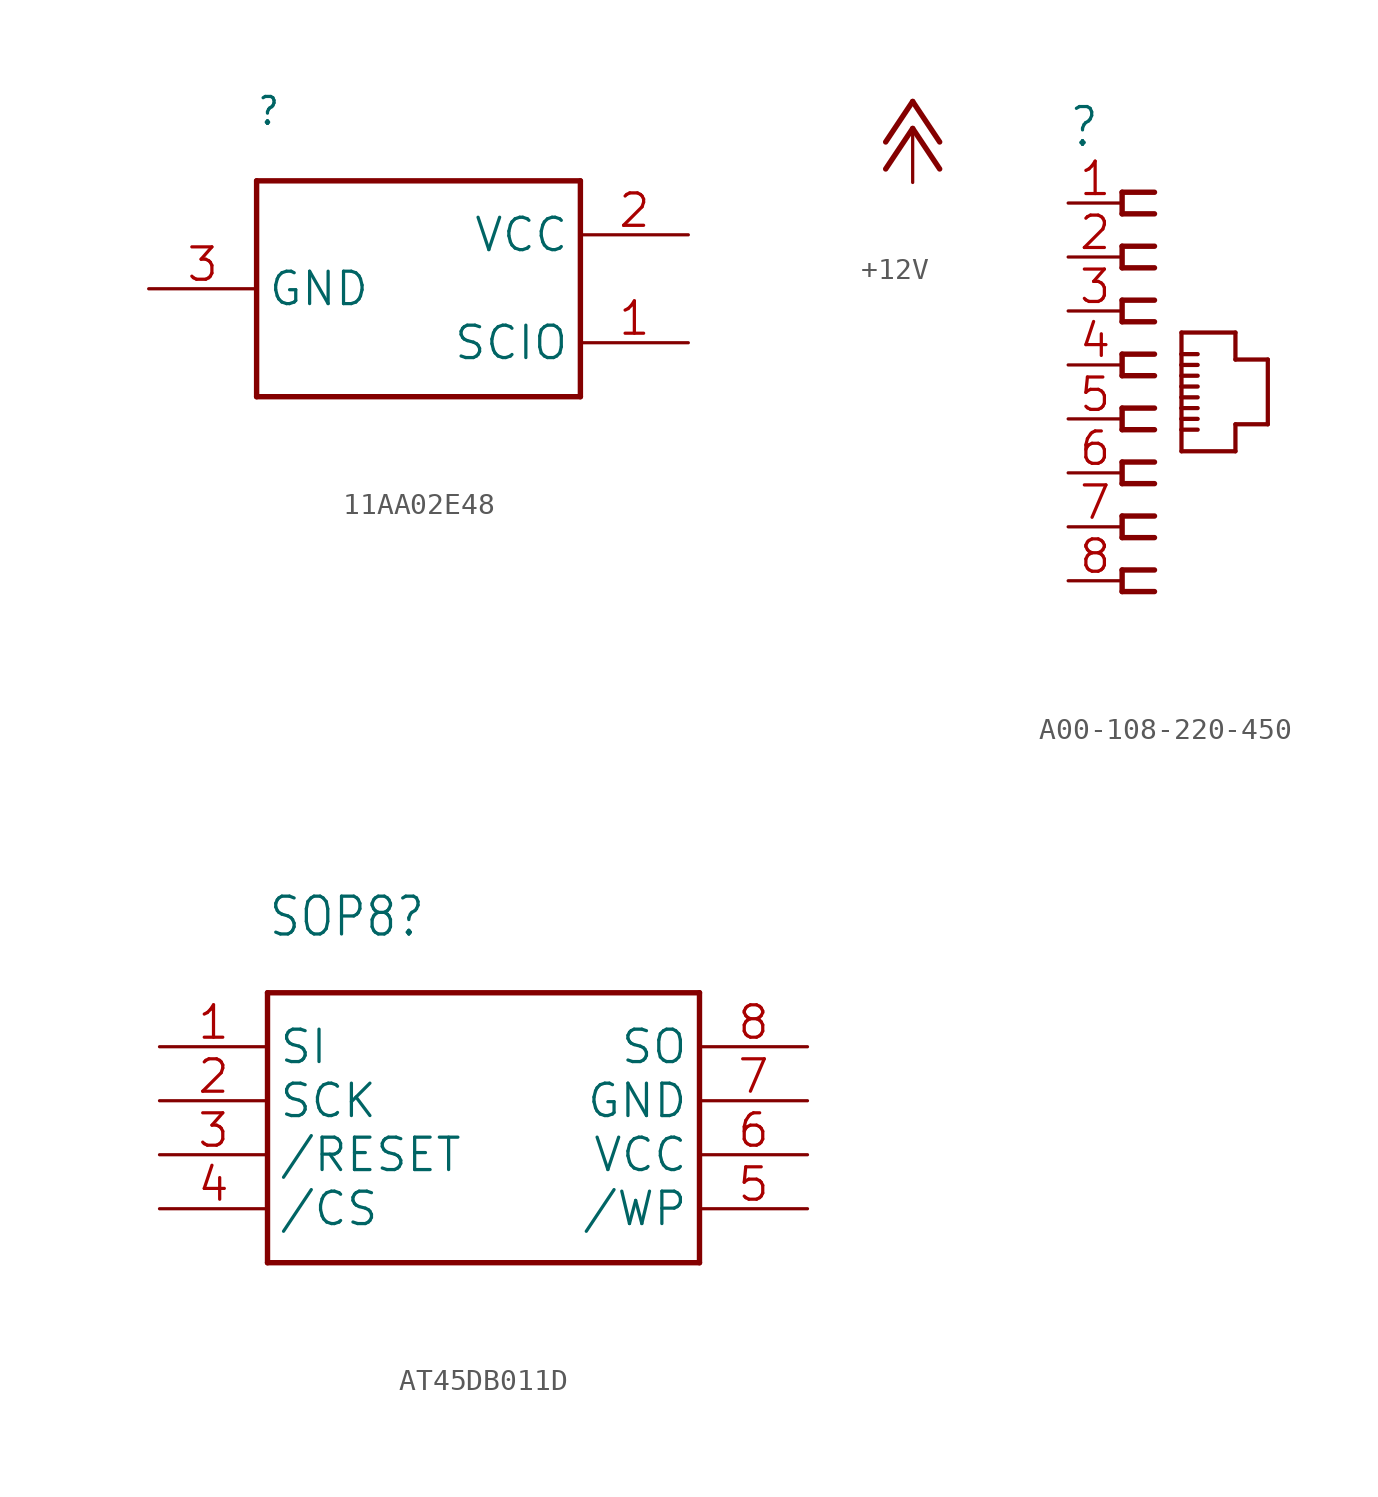
<source format=kicad_sym>
(kicad_symbol_lib
  (version 20241209)
  (generator "kicad_symbol_editor")
  (generator_version "9.0")
  (symbol "11AA02E48"
    (property "Reference" ""
      (at -7.62 7.62 0)
      (effects (font (size 1.27 1.079)) (justify left bottom)))
    (property "Value" ""
      (at -7.62 -7.62 0)
      (effects (font (size 1.27 1.079)) (justify left bottom)))
    (property "ki_locked" ""
      (at 0 0 0)
      (effects (font (size 1.27 1.27))))
    (symbol "11AA02E48_1_0"
      (polyline (pts (xy -7.62 5.08) (xy -7.62 -5.08)) (stroke (width 0.254) (type solid)) (fill (type none)))
      (polyline (pts (xy -7.62 -5.08) (xy 7.62 -5.08)) (stroke (width 0.254) (type solid)) (fill (type none)))
      (polyline (pts (xy 7.62 5.08) (xy -7.62 5.08)) (stroke (width 0.254) (type solid)) (fill (type none)))
      (polyline (pts (xy 7.62 -5.08) (xy 7.62 5.08)) (stroke (width 0.254) (type solid)) (fill (type none)))
      (pin power_in line (at -12.7 0 0) (length 5.08) (name "GND" (effects (font (size 1.524 1.524)))) (number "3" (effects (font (size 1.524 1.524)))))
      (pin power_in line (at 12.7 2.54 180) (length 5.08) (name "VCC" (effects (font (size 1.524 1.524)))) (number "2" (effects (font (size 1.524 1.524)))))
      (pin bidirectional line (at 12.7 -2.54 180) (length 5.08) (name "SCIO" (effects (font (size 1.524 1.524)))) (number "1" (effects (font (size 1.524 1.524)))))))
  (symbol "+12V"
    (power)
    (property "Reference" "#P+"
      (at 0 0 0)
      (effects (font (size 1.27 1.27)) (hide yes)))
    (property "Value" ""
      (at -2.54 -5.08 90)
      (effects (font (size 1.778 1.511)) (justify left bottom)))
    (property "ki_locked" ""
      (at 0 0 0)
      (effects (font (size 1.27 1.27))))
    (symbol "+12V_1_0"
      (polyline (pts (xy 0 1.27) (xy -1.27 -0.635)) (stroke (width 0.254) (type solid)) (fill (type none)))
      (polyline (pts (xy 0 0) (xy -1.27 -1.905)) (stroke (width 0.254) (type solid)) (fill (type none)))
      (polyline (pts (xy 1.27 -0.635) (xy 0 1.27)) (stroke (width 0.254) (type solid)) (fill (type none)))
      (polyline (pts (xy 1.27 -1.905) (xy 0 0)) (stroke (width 0.254) (type solid)) (fill (type none)))
      (pin power_in line (at 0 -2.54 90) (length 2.54) (name "+12V" (effects (font (size 0 0)))) (number "1" (effects (font (size 0 0)))))))
  (symbol "A00-108-220-450"
    (property "Reference" ""
      (at 0 10.16 0)
      (effects (font (size 1.778 1.511)) (justify left bottom)))
    (property "Value" ""
      (at 0 -13.716 0)
      (effects (font (size 1.778 1.511)) (justify left bottom)))
    (property "ki_locked" ""
      (at 0 0 0)
      (effects (font (size 1.27 1.27))))
    (symbol "A00-108-220-450_1_0"
      (polyline (pts (xy 2.54 8.128) (xy 2.54 7.112)) (stroke (width 0.254) (type solid)) (fill (type none)))
      (polyline (pts (xy 2.54 7.112) (xy 4.064 7.112)) (stroke (width 0.254) (type solid)) (fill (type none)))
      (polyline (pts (xy 2.54 5.588) (xy 2.54 4.572)) (stroke (width 0.254) (type solid)) (fill (type none)))
      (polyline (pts (xy 2.54 4.572) (xy 4.064 4.572)) (stroke (width 0.254) (type solid)) (fill (type none)))
      (polyline (pts (xy 2.54 3.048) (xy 2.54 2.032)) (stroke (width 0.254) (type solid)) (fill (type none)))
      (polyline (pts (xy 2.54 2.032) (xy 4.064 2.032)) (stroke (width 0.254) (type solid)) (fill (type none)))
      (polyline (pts (xy 2.54 0.508) (xy 2.54 -0.508)) (stroke (width 0.254) (type solid)) (fill (type none)))
      (polyline (pts (xy 2.54 -0.508) (xy 4.064 -0.508)) (stroke (width 0.254) (type solid)) (fill (type none)))
      (polyline (pts (xy 2.54 -2.032) (xy 2.54 -3.048)) (stroke (width 0.254) (type solid)) (fill (type none)))
      (polyline (pts (xy 2.54 -3.048) (xy 4.064 -3.048)) (stroke (width 0.254) (type solid)) (fill (type none)))
      (polyline (pts (xy 2.54 -4.572) (xy 2.54 -5.588)) (stroke (width 0.254) (type solid)) (fill (type none)))
      (polyline (pts (xy 2.54 -5.588) (xy 4.064 -5.588)) (stroke (width 0.254) (type solid)) (fill (type none)))
      (polyline (pts (xy 2.54 -7.112) (xy 2.54 -8.128)) (stroke (width 0.254) (type solid)) (fill (type none)))
      (polyline (pts (xy 2.54 -8.128) (xy 4.064 -8.128)) (stroke (width 0.254) (type solid)) (fill (type none)))
      (polyline (pts (xy 2.54 -9.652) (xy 2.54 -10.668)) (stroke (width 0.254) (type solid)) (fill (type none)))
      (polyline (pts (xy 2.54 -10.668) (xy 4.064 -10.668)) (stroke (width 0.254) (type solid)) (fill (type none)))
      (polyline (pts (xy 4.064 8.128) (xy 2.54 8.128)) (stroke (width 0.254) (type solid)) (fill (type none)))
      (polyline (pts (xy 4.064 5.588) (xy 2.54 5.588)) (stroke (width 0.254) (type solid)) (fill (type none)))
      (polyline (pts (xy 4.064 3.048) (xy 2.54 3.048)) (stroke (width 0.254) (type solid)) (fill (type none)))
      (polyline (pts (xy 4.064 0.508) (xy 2.54 0.508)) (stroke (width 0.254) (type solid)) (fill (type none)))
      (polyline (pts (xy 4.064 -2.032) (xy 2.54 -2.032)) (stroke (width 0.254) (type solid)) (fill (type none)))
      (polyline (pts (xy 4.064 -4.572) (xy 2.54 -4.572)) (stroke (width 0.254) (type solid)) (fill (type none)))
      (polyline (pts (xy 4.064 -7.112) (xy 2.54 -7.112)) (stroke (width 0.254) (type solid)) (fill (type none)))
      (polyline (pts (xy 4.064 -9.652) (xy 2.54 -9.652)) (stroke (width 0.254) (type solid)) (fill (type none)))
      (polyline (pts (xy 5.334 1.524) (xy 5.334 0.508)) (stroke (width 0.2) (type solid)) (fill (type none)))
      (polyline (pts (xy 5.334 0.508) (xy 5.334 0)) (stroke (width 0.2) (type solid)) (fill (type none)))
      (polyline (pts (xy 5.334 0.508) (xy 6.096 0.508)) (stroke (width 0.2) (type solid)) (fill (type none)))
      (polyline (pts (xy 5.334 0) (xy 5.334 -0.508)) (stroke (width 0.2) (type solid)) (fill (type none)))
      (polyline (pts (xy 5.334 0) (xy 6.096 0)) (stroke (width 0.2) (type solid)) (fill (type none)))
      (polyline (pts (xy 5.334 -0.508) (xy 5.334 -1.016)) (stroke (width 0.2) (type solid)) (fill (type none)))
      (polyline (pts (xy 5.334 -0.508) (xy 6.096 -0.508)) (stroke (width 0.2) (type solid)) (fill (type none)))
      (polyline (pts (xy 5.334 -1.016) (xy 5.334 -1.524)) (stroke (width 0.2) (type solid)) (fill (type none)))
      (polyline (pts (xy 5.334 -1.016) (xy 6.096 -1.016)) (stroke (width 0.2) (type solid)) (fill (type none)))
      (polyline (pts (xy 5.334 -1.524) (xy 5.334 -2.032)) (stroke (width 0.2) (type solid)) (fill (type none)))
      (polyline (pts (xy 5.334 -1.524) (xy 6.096 -1.524)) (stroke (width 0.2) (type solid)) (fill (type none)))
      (polyline (pts (xy 5.334 -2.032) (xy 5.334 -2.54)) (stroke (width 0.2) (type solid)) (fill (type none)))
      (polyline (pts (xy 5.334 -2.032) (xy 6.096 -2.032)) (stroke (width 0.2) (type solid)) (fill (type none)))
      (polyline (pts (xy 5.334 -2.54) (xy 5.334 -3.048)) (stroke (width 0.2) (type solid)) (fill (type none)))
      (polyline (pts (xy 5.334 -2.54) (xy 6.096 -2.54)) (stroke (width 0.2) (type solid)) (fill (type none)))
      (polyline (pts (xy 5.334 -3.048) (xy 5.334 -4.064)) (stroke (width 0.2) (type solid)) (fill (type none)))
      (polyline (pts (xy 5.334 -3.048) (xy 6.096 -3.048)) (stroke (width 0.2) (type solid)) (fill (type none)))
      (polyline (pts (xy 5.334 -4.064) (xy 7.874 -4.064)) (stroke (width 0.2) (type solid)) (fill (type none)))
      (polyline (pts (xy 7.874 1.524) (xy 5.334 1.524)) (stroke (width 0.2) (type solid)) (fill (type none)))
      (polyline (pts (xy 7.874 0.254) (xy 7.874 1.524)) (stroke (width 0.2) (type solid)) (fill (type none)))
      (polyline (pts (xy 7.874 -2.794) (xy 9.398 -2.794)) (stroke (width 0.2) (type solid)) (fill (type none)))
      (polyline (pts (xy 7.874 -4.064) (xy 7.874 -2.794)) (stroke (width 0.2) (type solid)) (fill (type none)))
      (polyline (pts (xy 9.398 0.254) (xy 7.874 0.254)) (stroke (width 0.2) (type solid)) (fill (type none)))
      (polyline (pts (xy 9.398 -2.794) (xy 9.398 0.254)) (stroke (width 0.2) (type solid)) (fill (type none)))
      (pin passive line (at 0 7.62 0) (length 2.54) (name "1" (effects (font (size 0 0)))) (number "1" (effects (font (size 1.524 1.524)))))
      (pin passive line (at 0 5.08 0) (length 2.54) (name "2" (effects (font (size 0 0)))) (number "2" (effects (font (size 1.524 1.524)))))
      (pin passive line (at 0 2.54 0) (length 2.54) (name "3" (effects (font (size 0 0)))) (number "3" (effects (font (size 1.524 1.524)))))
      (pin passive line (at 0 0 0) (length 2.54) (name "4" (effects (font (size 0 0)))) (number "4" (effects (font (size 1.524 1.524)))))
      (pin passive line (at 0 -2.54 0) (length 2.54) (name "5" (effects (font (size 0 0)))) (number "5" (effects (font (size 1.524 1.524)))))
      (pin passive line (at 0 -5.08 0) (length 2.54) (name "6" (effects (font (size 0 0)))) (number "6" (effects (font (size 1.524 1.524)))))
      (pin passive line (at 0 -7.62 0) (length 2.54) (name "7" (effects (font (size 0 0)))) (number "7" (effects (font (size 1.524 1.524)))))
      (pin passive line (at 0 -10.16 0) (length 2.54) (name "8" (effects (font (size 0 0)))) (number "8" (effects (font (size 1.524 1.524)))))))
  (symbol "AT45DB011D"
    (property "Reference" "SOP8"
      (at -10.16 7.62 0)
      (effects (font (size 1.778 1.511)) (justify left bottom)))
    (property "Value" ""
      (at -10.16 -10.16 0)
      (effects (font (size 1.778 1.511)) (justify left bottom)))
    (property "ki_locked" ""
      (at 0 0 0)
      (effects (font (size 1.27 1.27))))
    (symbol "AT45DB011D_1_0"
      (polyline (pts (xy -10.16 5.08) (xy -10.16 -7.62)) (stroke (width 0.254) (type solid)) (fill (type none)))
      (polyline (pts (xy -10.16 -7.62) (xy 10.16 -7.62)) (stroke (width 0.254) (type solid)) (fill (type none)))
      (polyline (pts (xy 10.16 5.08) (xy -10.16 5.08)) (stroke (width 0.254) (type solid)) (fill (type none)))
      (polyline (pts (xy 10.16 -7.62) (xy 10.16 5.08)) (stroke (width 0.254) (type solid)) (fill (type none)))
      (pin input line (at -15.24 2.54 0) (length 5.08) (name "SI" (effects (font (size 1.524 1.524)))) (number "1" (effects (font (size 1.524 1.524)))))
      (pin input line (at -15.24 0 0) (length 5.08) (name "SCK" (effects (font (size 1.524 1.524)))) (number "2" (effects (font (size 1.524 1.524)))))
      (pin input line (at -15.24 -2.54 0) (length 5.08) (name "/RESET" (effects (font (size 1.524 1.524)))) (number "3" (effects (font (size 1.524 1.524)))))
      (pin input line (at -15.24 -5.08 0) (length 5.08) (name "/CS" (effects (font (size 1.524 1.524)))) (number "4" (effects (font (size 1.524 1.524)))))
      (pin output line (at 15.24 2.54 180) (length 5.08) (name "SO" (effects (font (size 1.524 1.524)))) (number "8" (effects (font (size 1.524 1.524)))))
      (pin power_in line (at 15.24 0 180) (length 5.08) (name "GND" (effects (font (size 1.524 1.524)))) (number "7" (effects (font (size 1.524 1.524)))))
      (pin power_in line (at 15.24 -2.54 180) (length 5.08) (name "VCC" (effects (font (size 1.524 1.524)))) (number "6" (effects (font (size 1.524 1.524)))))
      (pin input line (at 15.24 -5.08 180) (length 5.08) (name "/WP" (effects (font (size 1.524 1.524)))) (number "5" (effects (font (size 1.524 1.524))))))))
</source>
